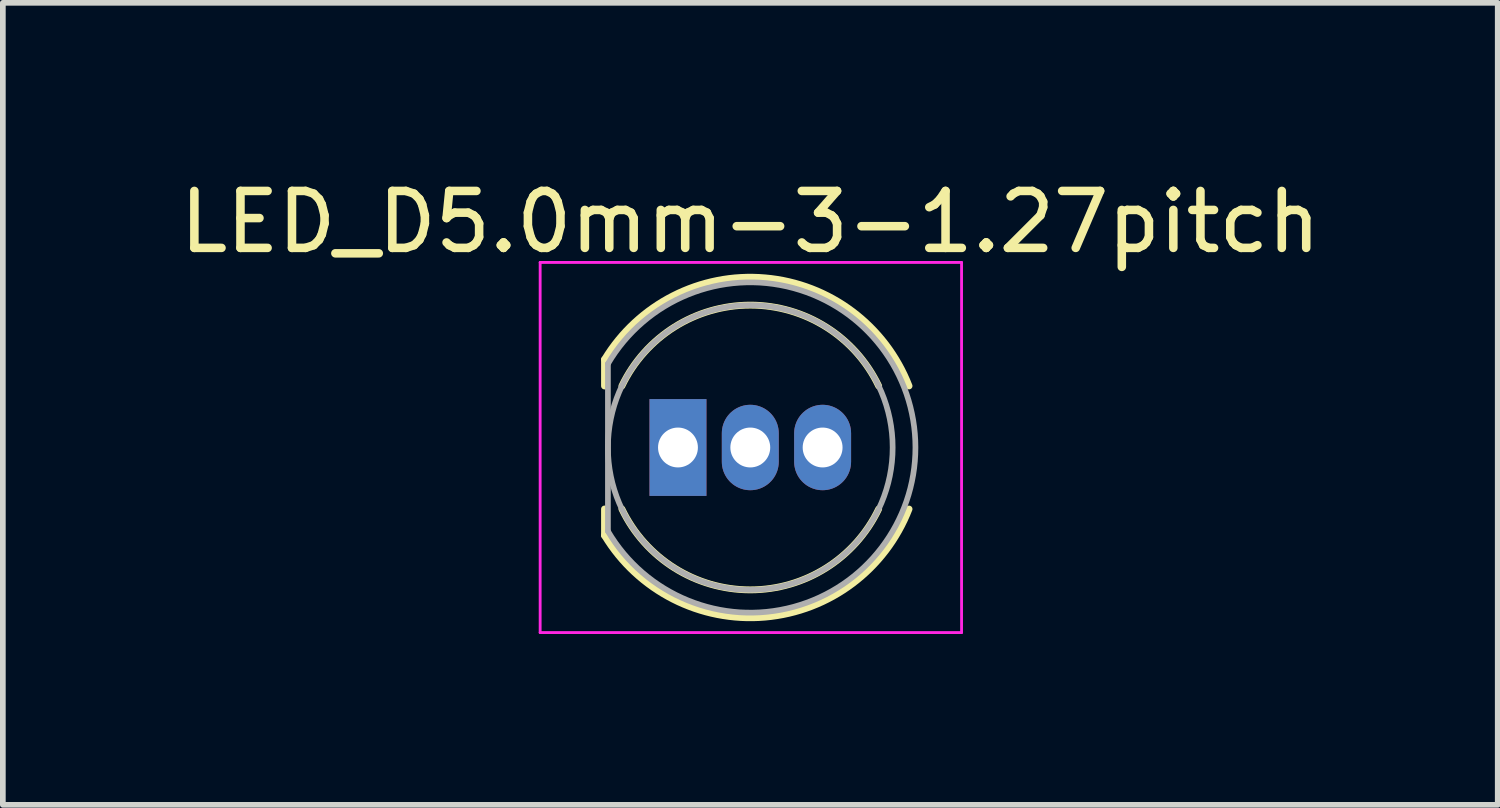
<source format=kicad_pcb>
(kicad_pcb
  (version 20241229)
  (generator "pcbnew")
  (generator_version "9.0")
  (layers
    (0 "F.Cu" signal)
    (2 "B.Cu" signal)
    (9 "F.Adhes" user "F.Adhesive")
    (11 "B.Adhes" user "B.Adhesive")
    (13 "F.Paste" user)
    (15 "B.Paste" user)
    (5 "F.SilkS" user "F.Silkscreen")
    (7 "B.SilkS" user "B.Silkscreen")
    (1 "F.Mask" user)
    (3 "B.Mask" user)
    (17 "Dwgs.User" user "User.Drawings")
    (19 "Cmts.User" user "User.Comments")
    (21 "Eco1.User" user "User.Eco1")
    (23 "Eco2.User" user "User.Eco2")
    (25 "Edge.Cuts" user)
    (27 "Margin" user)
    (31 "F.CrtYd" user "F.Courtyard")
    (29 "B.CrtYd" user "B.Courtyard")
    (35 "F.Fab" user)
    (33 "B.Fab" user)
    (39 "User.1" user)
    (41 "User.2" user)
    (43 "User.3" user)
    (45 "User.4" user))
  (footprint "LED_D5.0mm-3-1.27pitch"
    (layer "F.Cu")
    (at 7.585 4.808)
    (property "Reference" "LED_D5.0mm-3-1.27pitch" (at 2.54 -3.96 0) (layer "F.SilkS") (effects (font (size 1 1) (thickness 0.15))))
    (attr through_hole)
    (fp_line (start -0.02 -1.545) (end -0.02 -1.08) (stroke (width 0.12) (type solid)) (layer "F.SilkS"))
    (fp_line (start -0.02 1.08) (end -0.02 1.545) (stroke (width 0.12) (type solid)) (layer "F.SilkS"))
    (fp_arc (start -0.02 -1.54483) (mid 2.798456 -2.978809) (end 5.327815 -1.080827) (stroke (width 0.12) (type solid)) (layer "F.SilkS"))
    (fp_arc (start 0.285316 -1.08) (mid 2.539762 -2.5) (end 4.794479 -1.080429) (stroke (width 0.12) (type solid)) (layer "F.SilkS"))
    (fp_arc (start 4.794479 1.080429) (mid 2.539762 2.5) (end 0.285316 1.08) (stroke (width 0.12) (type solid)) (layer "F.SilkS"))
    (fp_arc (start 5.327815 1.080827) (mid 2.798456 2.978808) (end -0.02 1.54483) (stroke (width 0.12) (type solid)) (layer "F.SilkS"))
    (fp_line (start -1.15 -3.25) (end -1.15 3.25) (stroke (width 0.05) (type solid)) (layer "F.CrtYd"))
    (fp_line (start -1.15 3.25) (end 6.25 3.25) (stroke (width 0.05) (type solid)) (layer "F.CrtYd"))
    (fp_line (start 6.25 -3.25) (end -1.15 -3.25) (stroke (width 0.05) (type solid)) (layer "F.CrtYd"))
    (fp_line (start 6.25 3.25) (end 6.25 -3.25) (stroke (width 0.05) (type solid)) (layer "F.CrtYd"))
    (fp_line (start 0.04 -1.47) (end 0.04 1.47) (stroke (width 0.1) (type solid)) (layer "F.Fab"))
    (fp_arc (start 0.04 -1.469694) (mid 5.44 0.000016) (end 0.039984 1.469666) (stroke (width 0.1) (type solid)) (layer "F.Fab"))
    (fp_circle (center 2.54 0) (end 5.04 0) (stroke (width 0.1) (type solid)) (fill no) (layer "F.Fab"))
    (pad "1" thru_hole rect (at 1.27 0) (size 1 1.7) (drill 0.7) (layers "*.Cu" "*.Mask"))
    (pad "2" thru_hole oval (at 3.81 0) (size 1 1.5) (drill 0.7) (layers "*.Cu" "*.Mask"))
    (pad "3" thru_hole oval (at 2.54 0) (size 1 1.5) (drill 0.7) (layers "*.Cu" "*.Mask")))
  (gr_rect
    (start -3 -3)
    (end 23.25 11.083)
    (stroke (width 0.1) (type default))
    (fill no)
    (layer "Edge.Cuts")))
</source>
